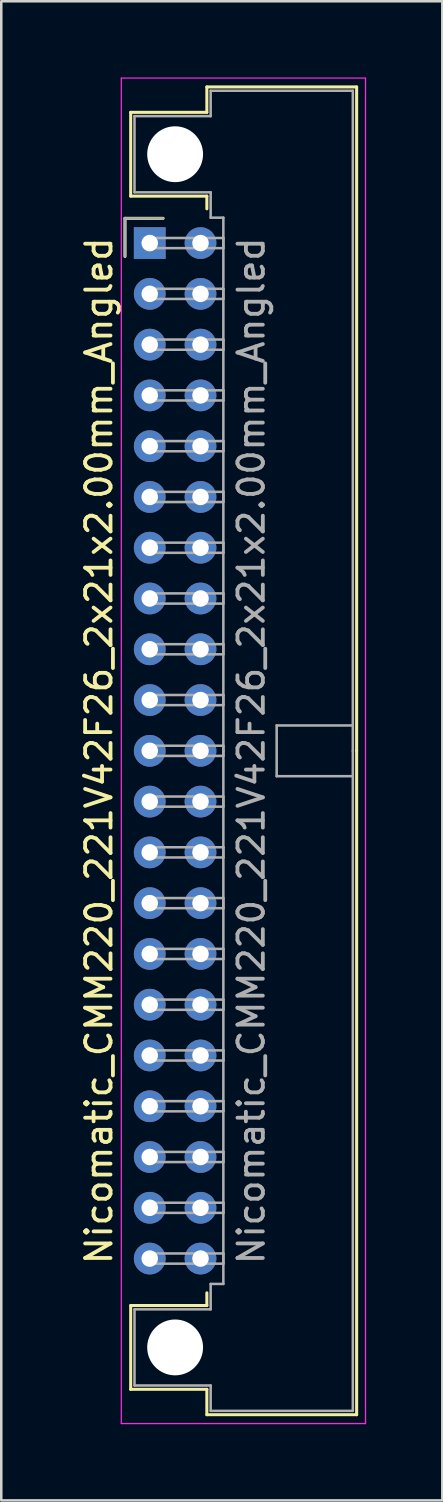
<source format=kicad_pcb>
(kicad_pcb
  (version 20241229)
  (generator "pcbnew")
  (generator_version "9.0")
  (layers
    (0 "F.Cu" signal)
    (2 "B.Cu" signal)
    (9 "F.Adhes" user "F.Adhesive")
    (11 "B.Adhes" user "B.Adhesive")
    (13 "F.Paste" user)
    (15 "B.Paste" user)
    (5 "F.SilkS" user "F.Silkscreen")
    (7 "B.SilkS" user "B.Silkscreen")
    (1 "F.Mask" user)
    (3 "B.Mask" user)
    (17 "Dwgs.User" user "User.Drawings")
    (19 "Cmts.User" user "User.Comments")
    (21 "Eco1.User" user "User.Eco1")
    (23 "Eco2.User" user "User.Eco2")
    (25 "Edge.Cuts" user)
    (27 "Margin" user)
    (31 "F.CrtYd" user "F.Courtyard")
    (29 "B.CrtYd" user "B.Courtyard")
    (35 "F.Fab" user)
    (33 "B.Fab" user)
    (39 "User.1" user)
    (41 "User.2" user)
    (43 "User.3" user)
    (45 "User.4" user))
  (footprint "Nicomatic_CMM220_221V42F26_2x21x2.00mm_Angled"
    (layer "F.Cu")
    (at 2.848 6.525)
    (property "Reference" "Nicomatic_CMM220_221V42F26_2x21x2.00mm_Angled" (at -2 20 90) (layer "F.SilkS") (effects (font (size 1 1) (thickness 0.15))))
    (attr through_hole)
    (fp_line (start -0.975 -0.975) (end -0.975 0.525) (stroke (width 0.12) (type solid)) (layer "F.SilkS"))
    (fp_line (start -0.75 -5.15) (end -0.75 -1.85) (stroke (width 0.12) (type solid)) (layer "F.SilkS"))
    (fp_line (start -0.75 -1.85) (end 2.25 -1.85) (stroke (width 0.12) (type solid)) (layer "F.SilkS"))
    (fp_line (start -0.75 41.85) (end 2.25 41.85) (stroke (width 0.12) (type solid)) (layer "F.SilkS"))
    (fp_line (start -0.75 45.15) (end -0.75 41.85) (stroke (width 0.12) (type solid)) (layer "F.SilkS"))
    (fp_line (start 0.525 -0.975) (end -0.975 -0.975) (stroke (width 0.12) (type solid)) (layer "F.SilkS"))
    (fp_line (start 2.25 -6.15) (end 2.25 -5.15) (stroke (width 0.12) (type solid)) (layer "F.SilkS"))
    (fp_line (start 2.25 -5.15) (end -0.75 -5.15) (stroke (width 0.12) (type solid)) (layer "F.SilkS"))
    (fp_line (start 2.25 -1.85) (end 2.25 -1.35) (stroke (width 0.12) (type solid)) (layer "F.SilkS"))
    (fp_line (start 2.25 41.85) (end 2.25 41.35) (stroke (width 0.12) (type solid)) (layer "F.SilkS"))
    (fp_line (start 2.25 45.15) (end -0.75 45.15) (stroke (width 0.12) (type solid)) (layer "F.SilkS"))
    (fp_line (start 2.25 46.15) (end 2.25 45.15) (stroke (width 0.12) (type solid)) (layer "F.SilkS"))
    (fp_line (start 8.15 -6.15) (end 2.25 -6.15) (stroke (width 0.12) (type solid)) (layer "F.SilkS"))
    (fp_line (start 8.15 20) (end 8.15 -6.15) (stroke (width 0.12) (type solid)) (layer "F.SilkS"))
    (fp_line (start 8.15 20) (end 8.15 46.15) (stroke (width 0.12) (type solid)) (layer "F.SilkS"))
    (fp_line (start 8.15 46.15) (end 2.25 46.15) (stroke (width 0.12) (type solid)) (layer "F.SilkS"))
    (fp_line (start -1.12 -6.5) (end -1.12 46.5) (stroke (width 0.05) (type solid)) (layer "F.CrtYd"))
    (fp_line (start -1.12 46.5) (end 8.5 46.5) (stroke (width 0.05) (type solid)) (layer "F.CrtYd"))
    (fp_line (start 8.5 -6.5) (end -1.12 -6.5) (stroke (width 0.05) (type solid)) (layer "F.CrtYd"))
    (fp_line (start 8.5 46.5) (end 8.5 -6.5) (stroke (width 0.05) (type solid)) (layer "F.CrtYd"))
    (fp_line (start -0.975 -0.975) (end -0.975 0.525) (stroke (width 0.1) (type solid)) (layer "F.Fab"))
    (fp_line (start -0.6 -5) (end -0.6 -2) (stroke (width 0.1) (type solid)) (layer "F.Fab"))
    (fp_line (start -0.6 -2) (end 2.4 -2) (stroke (width 0.1) (type solid)) (layer "F.Fab"))
    (fp_line (start -0.6 42) (end 2.4 42) (stroke (width 0.1) (type solid)) (layer "F.Fab"))
    (fp_line (start -0.6 45) (end -0.6 42) (stroke (width 0.1) (type solid)) (layer "F.Fab"))
    (fp_line (start 0 -0.2) (end 0 0.2) (stroke (width 0.1) (type solid)) (layer "F.Fab"))
    (fp_line (start 0 0.2) (end 2.9 0.2) (stroke (width 0.1) (type solid)) (layer "F.Fab"))
    (fp_line (start 0 1.8) (end 0 2.2) (stroke (width 0.1) (type solid)) (layer "F.Fab"))
    (fp_line (start 0 2.2) (end 2.9 2.2) (stroke (width 0.1) (type solid)) (layer "F.Fab"))
    (fp_line (start 0 3.8) (end 0 4.2) (stroke (width 0.1) (type solid)) (layer "F.Fab"))
    (fp_line (start 0 4.2) (end 2.9 4.2) (stroke (width 0.1) (type solid)) (layer "F.Fab"))
    (fp_line (start 0 5.8) (end 0 6.2) (stroke (width 0.1) (type solid)) (layer "F.Fab"))
    (fp_line (start 0 6.2) (end 2.9 6.2) (stroke (width 0.1) (type solid)) (layer "F.Fab"))
    (fp_line (start 0 7.8) (end 0 8.2) (stroke (width 0.1) (type solid)) (layer "F.Fab"))
    (fp_line (start 0 8.2) (end 2.9 8.2) (stroke (width 0.1) (type solid)) (layer "F.Fab"))
    (fp_line (start 0 9.8) (end 0 10.2) (stroke (width 0.1) (type solid)) (layer "F.Fab"))
    (fp_line (start 0 10.2) (end 2.9 10.2) (stroke (width 0.1) (type solid)) (layer "F.Fab"))
    (fp_line (start 0 11.8) (end 0 12.2) (stroke (width 0.1) (type solid)) (layer "F.Fab"))
    (fp_line (start 0 12.2) (end 2.9 12.2) (stroke (width 0.1) (type solid)) (layer "F.Fab"))
    (fp_line (start 0 13.8) (end 0 14.2) (stroke (width 0.1) (type solid)) (layer "F.Fab"))
    (fp_line (start 0 14.2) (end 2.9 14.2) (stroke (width 0.1) (type solid)) (layer "F.Fab"))
    (fp_line (start 0 15.8) (end 0 16.2) (stroke (width 0.1) (type solid)) (layer "F.Fab"))
    (fp_line (start 0 16.2) (end 2.9 16.2) (stroke (width 0.1) (type solid)) (layer "F.Fab"))
    (fp_line (start 0 17.8) (end 0 18.2) (stroke (width 0.1) (type solid)) (layer "F.Fab"))
    (fp_line (start 0 18.2) (end 2.9 18.2) (stroke (width 0.1) (type solid)) (layer "F.Fab"))
    (fp_line (start 0 19.8) (end 0 20.2) (stroke (width 0.1) (type solid)) (layer "F.Fab"))
    (fp_line (start 0 20.2) (end 2.9 20.2) (stroke (width 0.1) (type solid)) (layer "F.Fab"))
    (fp_line (start 0 21.8) (end 0 22.2) (stroke (width 0.1) (type solid)) (layer "F.Fab"))
    (fp_line (start 0 22.2) (end 2.9 22.2) (stroke (width 0.1) (type solid)) (layer "F.Fab"))
    (fp_line (start 0 23.8) (end 0 24.2) (stroke (width 0.1) (type solid)) (layer "F.Fab"))
    (fp_line (start 0 24.2) (end 2.9 24.2) (stroke (width 0.1) (type solid)) (layer "F.Fab"))
    (fp_line (start 0 25.8) (end 0 26.2) (stroke (width 0.1) (type solid)) (layer "F.Fab"))
    (fp_line (start 0 26.2) (end 2.9 26.2) (stroke (width 0.1) (type solid)) (layer "F.Fab"))
    (fp_line (start 0 27.8) (end 0 28.2) (stroke (width 0.1) (type solid)) (layer "F.Fab"))
    (fp_line (start 0 28.2) (end 2.9 28.2) (stroke (width 0.1) (type solid)) (layer "F.Fab"))
    (fp_line (start 0 29.8) (end 0 30.2) (stroke (width 0.1) (type solid)) (layer "F.Fab"))
    (fp_line (start 0 30.2) (end 2.9 30.2) (stroke (width 0.1) (type solid)) (layer "F.Fab"))
    (fp_line (start 0 31.8) (end 0 32.2) (stroke (width 0.1) (type solid)) (layer "F.Fab"))
    (fp_line (start 0 32.2) (end 2.9 32.2) (stroke (width 0.1) (type solid)) (layer "F.Fab"))
    (fp_line (start 0 33.8) (end 0 34.2) (stroke (width 0.1) (type solid)) (layer "F.Fab"))
    (fp_line (start 0 34.2) (end 2.9 34.2) (stroke (width 0.1) (type solid)) (layer "F.Fab"))
    (fp_line (start 0 35.8) (end 0 36.2) (stroke (width 0.1) (type solid)) (layer "F.Fab"))
    (fp_line (start 0 36.2) (end 2.9 36.2) (stroke (width 0.1) (type solid)) (layer "F.Fab"))
    (fp_line (start 0 37.8) (end 0 38.2) (stroke (width 0.1) (type solid)) (layer "F.Fab"))
    (fp_line (start 0 38.2) (end 2.9 38.2) (stroke (width 0.1) (type solid)) (layer "F.Fab"))
    (fp_line (start 0 39.8) (end 0 40.2) (stroke (width 0.1) (type solid)) (layer "F.Fab"))
    (fp_line (start 0 40.2) (end 2.9 40.2) (stroke (width 0.1) (type solid)) (layer "F.Fab"))
    (fp_line (start 0.525 -0.975) (end -0.975 -0.975) (stroke (width 0.1) (type solid)) (layer "F.Fab"))
    (fp_line (start 2.4 -6) (end 2.4 -5) (stroke (width 0.1) (type solid)) (layer "F.Fab"))
    (fp_line (start 2.4 -5) (end -0.6 -5) (stroke (width 0.1) (type solid)) (layer "F.Fab"))
    (fp_line (start 2.4 -2) (end 2.4 -1) (stroke (width 0.1) (type solid)) (layer "F.Fab"))
    (fp_line (start 2.4 -1) (end 2.9 -1) (stroke (width 0.1) (type solid)) (layer "F.Fab"))
    (fp_line (start 2.4 41) (end 2.9 41) (stroke (width 0.1) (type solid)) (layer "F.Fab"))
    (fp_line (start 2.4 42) (end 2.4 41) (stroke (width 0.1) (type solid)) (layer "F.Fab"))
    (fp_line (start 2.4 45) (end -0.6 45) (stroke (width 0.1) (type solid)) (layer "F.Fab"))
    (fp_line (start 2.4 46) (end 2.4 45) (stroke (width 0.1) (type solid)) (layer "F.Fab"))
    (fp_line (start 2.9 -1) (end 2.9 20) (stroke (width 0.1) (type solid)) (layer "F.Fab"))
    (fp_line (start 2.9 -0.2) (end 0 -0.2) (stroke (width 0.1) (type solid)) (layer "F.Fab"))
    (fp_line (start 2.9 0.2) (end 2.9 -0.2) (stroke (width 0.1) (type solid)) (layer "F.Fab"))
    (fp_line (start 2.9 1.8) (end 0 1.8) (stroke (width 0.1) (type solid)) (layer "F.Fab"))
    (fp_line (start 2.9 2.2) (end 2.9 1.8) (stroke (width 0.1) (type solid)) (layer "F.Fab"))
    (fp_line (start 2.9 3.8) (end 0 3.8) (stroke (width 0.1) (type solid)) (layer "F.Fab"))
    (fp_line (start 2.9 4.2) (end 2.9 3.8) (stroke (width 0.1) (type solid)) (layer "F.Fab"))
    (fp_line (start 2.9 5.8) (end 0 5.8) (stroke (width 0.1) (type solid)) (layer "F.Fab"))
    (fp_line (start 2.9 6.2) (end 2.9 5.8) (stroke (width 0.1) (type solid)) (layer "F.Fab"))
    (fp_line (start 2.9 7.8) (end 0 7.8) (stroke (width 0.1) (type solid)) (layer "F.Fab"))
    (fp_line (start 2.9 8.2) (end 2.9 7.8) (stroke (width 0.1) (type solid)) (layer "F.Fab"))
    (fp_line (start 2.9 9.8) (end 0 9.8) (stroke (width 0.1) (type solid)) (layer "F.Fab"))
    (fp_line (start 2.9 10.2) (end 2.9 9.8) (stroke (width 0.1) (type solid)) (layer "F.Fab"))
    (fp_line (start 2.9 11.8) (end 0 11.8) (stroke (width 0.1) (type solid)) (layer "F.Fab"))
    (fp_line (start 2.9 12.2) (end 2.9 11.8) (stroke (width 0.1) (type solid)) (layer "F.Fab"))
    (fp_line (start 2.9 13.8) (end 0 13.8) (stroke (width 0.1) (type solid)) (layer "F.Fab"))
    (fp_line (start 2.9 14.2) (end 2.9 13.8) (stroke (width 0.1) (type solid)) (layer "F.Fab"))
    (fp_line (start 2.9 15.8) (end 0 15.8) (stroke (width 0.1) (type solid)) (layer "F.Fab"))
    (fp_line (start 2.9 16.2) (end 2.9 15.8) (stroke (width 0.1) (type solid)) (layer "F.Fab"))
    (fp_line (start 2.9 17.8) (end 0 17.8) (stroke (width 0.1) (type solid)) (layer "F.Fab"))
    (fp_line (start 2.9 18.2) (end 2.9 17.8) (stroke (width 0.1) (type solid)) (layer "F.Fab"))
    (fp_line (start 2.9 19.8) (end 0 19.8) (stroke (width 0.1) (type solid)) (layer "F.Fab"))
    (fp_line (start 2.9 20.2) (end 2.9 19.8) (stroke (width 0.1) (type solid)) (layer "F.Fab"))
    (fp_line (start 2.9 21.8) (end 0 21.8) (stroke (width 0.1) (type solid)) (layer "F.Fab"))
    (fp_line (start 2.9 22.2) (end 2.9 21.8) (stroke (width 0.1) (type solid)) (layer "F.Fab"))
    (fp_line (start 2.9 23.8) (end 0 23.8) (stroke (width 0.1) (type solid)) (layer "F.Fab"))
    (fp_line (start 2.9 24.2) (end 2.9 23.8) (stroke (width 0.1) (type solid)) (layer "F.Fab"))
    (fp_line (start 2.9 25.8) (end 0 25.8) (stroke (width 0.1) (type solid)) (layer "F.Fab"))
    (fp_line (start 2.9 26.2) (end 2.9 25.8) (stroke (width 0.1) (type solid)) (layer "F.Fab"))
    (fp_line (start 2.9 27.8) (end 0 27.8) (stroke (width 0.1) (type solid)) (layer "F.Fab"))
    (fp_line (start 2.9 28.2) (end 2.9 27.8) (stroke (width 0.1) (type solid)) (layer "F.Fab"))
    (fp_line (start 2.9 29.8) (end 0 29.8) (stroke (width 0.1) (type solid)) (layer "F.Fab"))
    (fp_line (start 2.9 30.2) (end 2.9 29.8) (stroke (width 0.1) (type solid)) (layer "F.Fab"))
    (fp_line (start 2.9 31.8) (end 0 31.8) (stroke (width 0.1) (type solid)) (layer "F.Fab"))
    (fp_line (start 2.9 32.2) (end 2.9 31.8) (stroke (width 0.1) (type solid)) (layer "F.Fab"))
    (fp_line (start 2.9 33.8) (end 0 33.8) (stroke (width 0.1) (type solid)) (layer "F.Fab"))
    (fp_line (start 2.9 34.2) (end 2.9 33.8) (stroke (width 0.1) (type solid)) (layer "F.Fab"))
    (fp_line (start 2.9 35.8) (end 0 35.8) (stroke (width 0.1) (type solid)) (layer "F.Fab"))
    (fp_line (start 2.9 36.2) (end 2.9 35.8) (stroke (width 0.1) (type solid)) (layer "F.Fab"))
    (fp_line (start 2.9 37.8) (end 0 37.8) (stroke (width 0.1) (type solid)) (layer "F.Fab"))
    (fp_line (start 2.9 38.2) (end 2.9 37.8) (stroke (width 0.1) (type solid)) (layer "F.Fab"))
    (fp_line (start 2.9 39.8) (end 0 39.8) (stroke (width 0.1) (type solid)) (layer "F.Fab"))
    (fp_line (start 2.9 40.2) (end 2.9 39.8) (stroke (width 0.1) (type solid)) (layer "F.Fab"))
    (fp_line (start 2.9 41) (end 2.9 20) (stroke (width 0.1) (type solid)) (layer "F.Fab"))
    (fp_line (start 5 19) (end 5 21) (stroke (width 0.1) (type solid)) (layer "F.Fab"))
    (fp_line (start 5 21) (end 8 21) (stroke (width 0.1) (type solid)) (layer "F.Fab"))
    (fp_line (start 8 -6) (end 2.4 -6) (stroke (width 0.1) (type solid)) (layer "F.Fab"))
    (fp_line (start 8 19) (end 5 19) (stroke (width 0.1) (type solid)) (layer "F.Fab"))
    (fp_line (start 8 20) (end 8 -6) (stroke (width 0.1) (type solid)) (layer "F.Fab"))
    (fp_line (start 8 20) (end 8 46) (stroke (width 0.1) (type solid)) (layer "F.Fab"))
    (fp_line (start 8 46) (end 2.4 46) (stroke (width 0.1) (type solid)) (layer "F.Fab"))
    (fp_text user "${REFERENCE}" (at 4 20 90) (layer "F.Fab") (effects (font (size 1 1) (thickness 0.15))))
    (pad "" np_thru_hole circle (at 1 -3.5) (size 2.2 2.2) (drill 2.2) (layers "*.Cu" "*.Mask"))
    (pad "" np_thru_hole circle (at 1 43.5) (size 2.2 2.2) (drill 2.2) (layers "*.Cu" "*.Mask"))
    (pad "1" thru_hole rect (at 0 0) (size 1.25 1.25) (drill 0.65) (layers "*.Cu" "*.Mask"))
    (pad "2" thru_hole oval (at 0 2) (size 1.25 1.25) (drill 0.65) (layers "*.Cu" "*.Mask"))
    (pad "3" thru_hole oval (at 0 4) (size 1.25 1.25) (drill 0.65) (layers "*.Cu" "*.Mask"))
    (pad "4" thru_hole oval (at 0 6) (size 1.25 1.25) (drill 0.65) (layers "*.Cu" "*.Mask"))
    (pad "5" thru_hole oval (at 0 8) (size 1.25 1.25) (drill 0.65) (layers "*.Cu" "*.Mask"))
    (pad "6" thru_hole oval (at 0 10) (size 1.25 1.25) (drill 0.65) (layers "*.Cu" "*.Mask"))
    (pad "7" thru_hole oval (at 0 12) (size 1.25 1.25) (drill 0.65) (layers "*.Cu" "*.Mask"))
    (pad "8" thru_hole oval (at 0 14) (size 1.25 1.25) (drill 0.65) (layers "*.Cu" "*.Mask"))
    (pad "9" thru_hole oval (at 0 16) (size 1.25 1.25) (drill 0.65) (layers "*.Cu" "*.Mask"))
    (pad "10" thru_hole oval (at 0 18) (size 1.25 1.25) (drill 0.65) (layers "*.Cu" "*.Mask"))
    (pad "11" thru_hole oval (at 0 20) (size 1.25 1.25) (drill 0.65) (layers "*.Cu" "*.Mask"))
    (pad "12" thru_hole oval (at 0 22) (size 1.25 1.25) (drill 0.65) (layers "*.Cu" "*.Mask"))
    (pad "13" thru_hole oval (at 0 24) (size 1.25 1.25) (drill 0.65) (layers "*.Cu" "*.Mask"))
    (pad "14" thru_hole oval (at 0 26) (size 1.25 1.25) (drill 0.65) (layers "*.Cu" "*.Mask"))
    (pad "15" thru_hole oval (at 0 28) (size 1.25 1.25) (drill 0.65) (layers "*.Cu" "*.Mask"))
    (pad "16" thru_hole oval (at 0 30) (size 1.25 1.25) (drill 0.65) (layers "*.Cu" "*.Mask"))
    (pad "17" thru_hole oval (at 0 32) (size 1.25 1.25) (drill 0.65) (layers "*.Cu" "*.Mask"))
    (pad "18" thru_hole oval (at 0 34) (size 1.25 1.25) (drill 0.65) (layers "*.Cu" "*.Mask"))
    (pad "19" thru_hole oval (at 0 36) (size 1.25 1.25) (drill 0.65) (layers "*.Cu" "*.Mask"))
    (pad "20" thru_hole oval (at 0 38) (size 1.25 1.25) (drill 0.65) (layers "*.Cu" "*.Mask"))
    (pad "21" thru_hole oval (at 0 40) (size 1.25 1.25) (drill 0.65) (layers "*.Cu" "*.Mask"))
    (pad "22" thru_hole oval (at 2 0) (size 1.25 1.25) (drill 0.65) (layers "*.Cu" "*.Mask"))
    (pad "23" thru_hole oval (at 2 2) (size 1.25 1.25) (drill 0.65) (layers "*.Cu" "*.Mask"))
    (pad "24" thru_hole oval (at 2 4) (size 1.25 1.25) (drill 0.65) (layers "*.Cu" "*.Mask"))
    (pad "25" thru_hole oval (at 2 6) (size 1.25 1.25) (drill 0.65) (layers "*.Cu" "*.Mask"))
    (pad "26" thru_hole oval (at 2 8) (size 1.25 1.25) (drill 0.65) (layers "*.Cu" "*.Mask"))
    (pad "27" thru_hole oval (at 2 10) (size 1.25 1.25) (drill 0.65) (layers "*.Cu" "*.Mask"))
    (pad "28" thru_hole oval (at 2 12) (size 1.25 1.25) (drill 0.65) (layers "*.Cu" "*.Mask"))
    (pad "29" thru_hole oval (at 2 14) (size 1.25 1.25) (drill 0.65) (layers "*.Cu" "*.Mask"))
    (pad "30" thru_hole oval (at 2 16) (size 1.25 1.25) (drill 0.65) (layers "*.Cu" "*.Mask"))
    (pad "31" thru_hole oval (at 2 18) (size 1.25 1.25) (drill 0.65) (layers "*.Cu" "*.Mask"))
    (pad "32" thru_hole oval (at 2 20) (size 1.25 1.25) (drill 0.65) (layers "*.Cu" "*.Mask"))
    (pad "33" thru_hole oval (at 2 22) (size 1.25 1.25) (drill 0.65) (layers "*.Cu" "*.Mask"))
    (pad "34" thru_hole oval (at 2 24) (size 1.25 1.25) (drill 0.65) (layers "*.Cu" "*.Mask"))
    (pad "35" thru_hole oval (at 2 26) (size 1.25 1.25) (drill 0.65) (layers "*.Cu" "*.Mask"))
    (pad "36" thru_hole oval (at 2 28) (size 1.25 1.25) (drill 0.65) (layers "*.Cu" "*.Mask"))
    (pad "37" thru_hole oval (at 2 30) (size 1.25 1.25) (drill 0.65) (layers "*.Cu" "*.Mask"))
    (pad "38" thru_hole oval (at 2 32) (size 1.25 1.25) (drill 0.65) (layers "*.Cu" "*.Mask"))
    (pad "39" thru_hole oval (at 2 34) (size 1.25 1.25) (drill 0.65) (layers "*.Cu" "*.Mask"))
    (pad "40" thru_hole oval (at 2 36) (size 1.25 1.25) (drill 0.65) (layers "*.Cu" "*.Mask"))
    (pad "41" thru_hole oval (at 2 38) (size 1.25 1.25) (drill 0.65) (layers "*.Cu" "*.Mask"))
    (pad "42" thru_hole oval (at 2 40) (size 1.25 1.25) (drill 0.65) (layers "*.Cu" "*.Mask")))
  (gr_rect
    (start -3 -3)
    (end 14.373 56.05)
    (stroke (width 0.1) (type default))
    (fill no)
    (layer "Edge.Cuts")))
</source>
